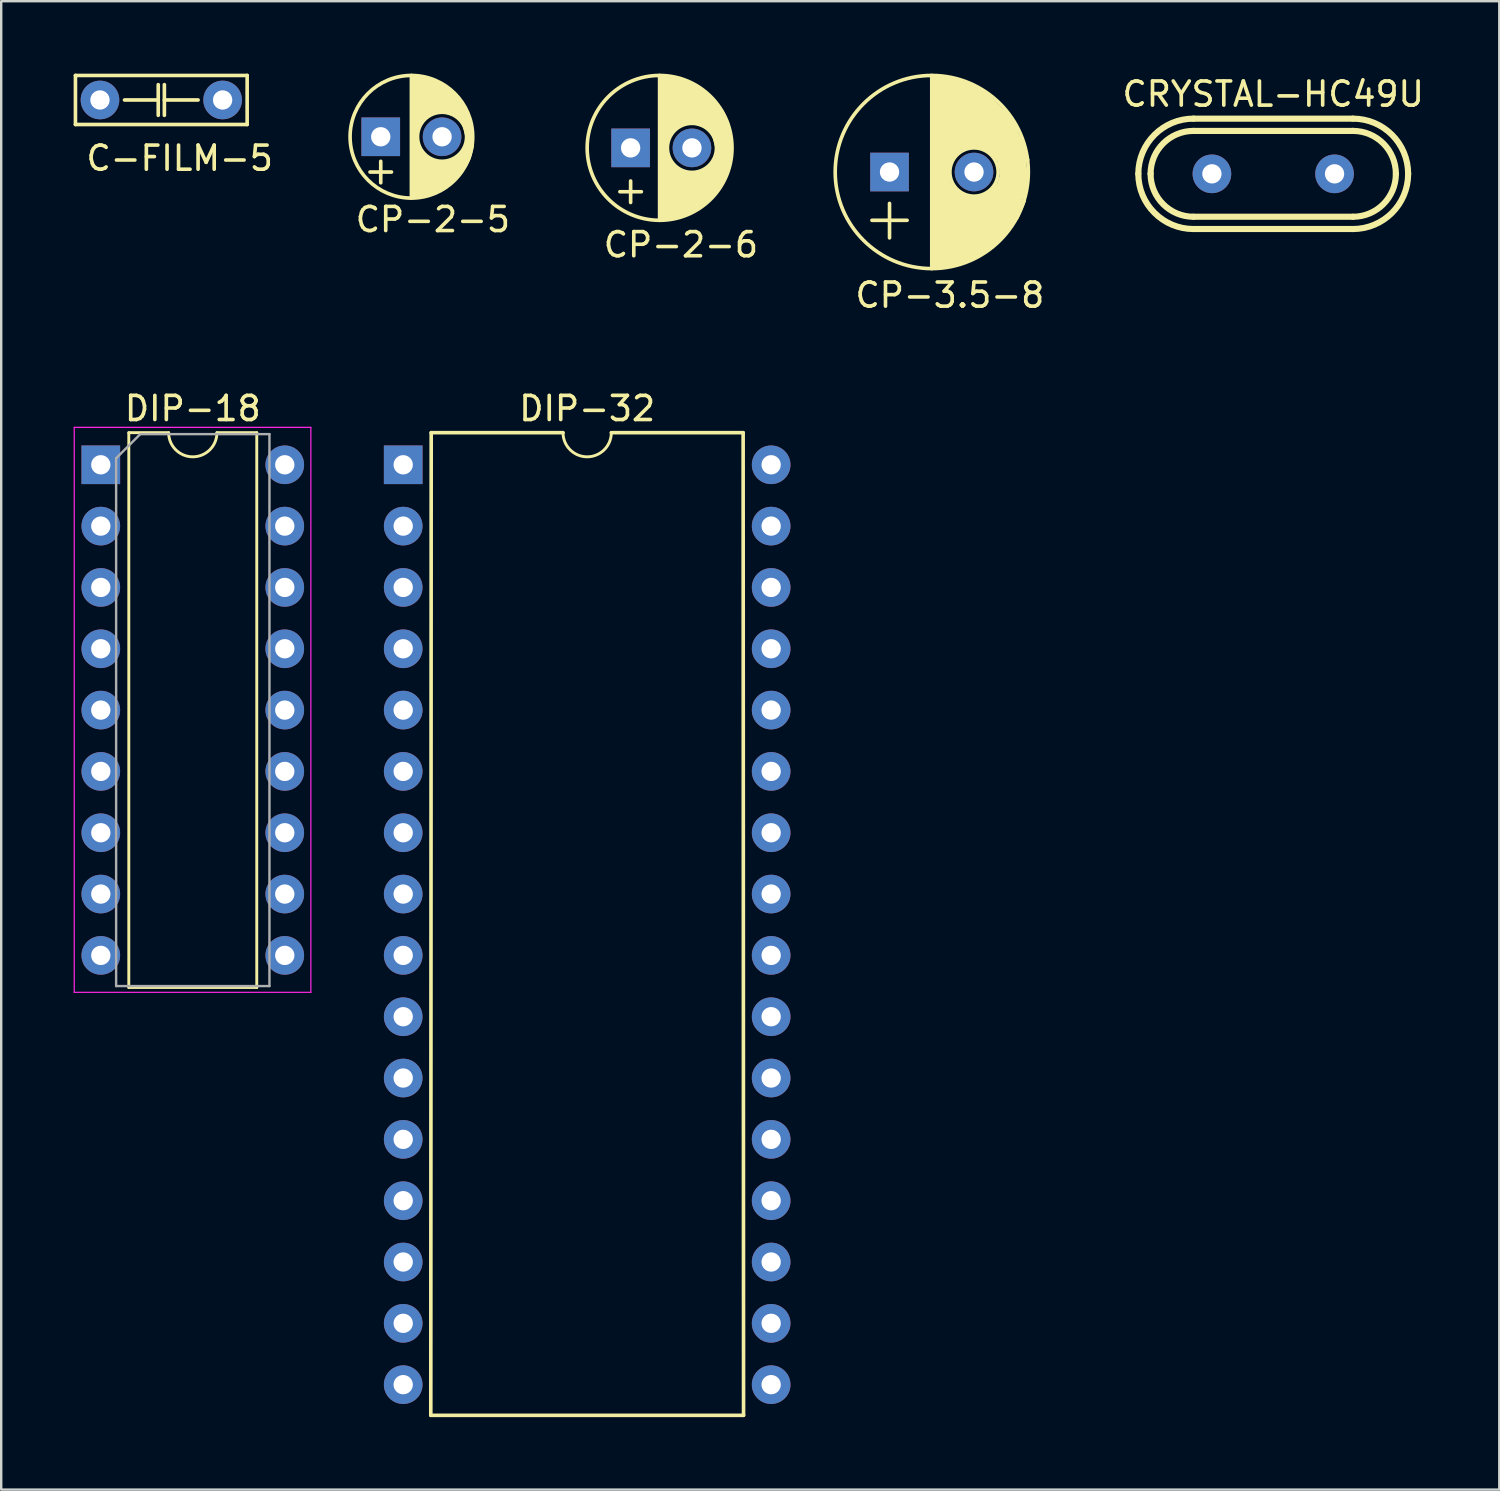
<source format=kicad_pcb>
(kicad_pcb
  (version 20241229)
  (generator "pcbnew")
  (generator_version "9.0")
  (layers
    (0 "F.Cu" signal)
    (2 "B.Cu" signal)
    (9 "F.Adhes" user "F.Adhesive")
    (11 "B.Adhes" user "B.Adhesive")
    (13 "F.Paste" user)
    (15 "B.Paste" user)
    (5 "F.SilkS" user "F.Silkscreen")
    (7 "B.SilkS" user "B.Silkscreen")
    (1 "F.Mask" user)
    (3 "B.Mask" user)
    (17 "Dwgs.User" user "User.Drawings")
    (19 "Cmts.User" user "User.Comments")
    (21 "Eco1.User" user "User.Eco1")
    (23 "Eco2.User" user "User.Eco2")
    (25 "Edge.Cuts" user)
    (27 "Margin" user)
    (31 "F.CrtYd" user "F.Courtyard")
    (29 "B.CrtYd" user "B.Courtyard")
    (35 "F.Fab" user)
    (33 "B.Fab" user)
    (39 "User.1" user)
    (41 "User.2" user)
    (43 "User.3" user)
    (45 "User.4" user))
  (footprint "DIP-32"
    (layer "F.Cu")
    (at 13.65 16.201)
    (property "Reference" "DIP-32" (at 7.62 -2.33 0) (layer "F.SilkS") (effects (font (size 1 1) (thickness 0.15))))
    (attr through_hole)
    (fp_line (start 1.16 -1.33) (end 1.143 39.37) (stroke (width 0.15) (type solid)) (layer "F.SilkS"))
    (fp_line (start 1.16 -1.33) (end 6.62 -1.33) (stroke (width 0.15) (type solid)) (layer "F.SilkS"))
    (fp_line (start 14.08 -1.33) (end 8.62 -1.33) (stroke (width 0.15) (type solid)) (layer "F.SilkS"))
    (fp_line (start 14.097 39.37) (end 1.143 39.37) (stroke (width 0.15) (type solid)) (layer "F.SilkS"))
    (fp_line (start 14.097 39.37) (end 14.08 -1.33) (stroke (width 0.15) (type solid)) (layer "F.SilkS"))
    (fp_arc (start 8.62 -1.33) (mid 7.62 -0.33) (end 6.62 -1.33) (stroke (width 0.12) (type solid)) (layer "F.SilkS"))
    (pad "1" thru_hole rect (at 0 0) (size 1.6 1.6) (drill 0.8) (layers "*.Cu" "*.Mask"))
    (pad "2" thru_hole circle (at 0 2.54) (size 1.6 1.6) (drill 0.8) (layers "*.Cu" "*.Mask"))
    (pad "3" thru_hole circle (at 0 5.08) (size 1.6 1.6) (drill 0.8) (layers "*.Cu" "*.Mask"))
    (pad "4" thru_hole circle (at 0 7.62) (size 1.6 1.6) (drill 0.8) (layers "*.Cu" "*.Mask"))
    (pad "5" thru_hole circle (at 0 10.16) (size 1.6 1.6) (drill 0.8) (layers "*.Cu" "*.Mask"))
    (pad "6" thru_hole circle (at 0 12.7) (size 1.6 1.6) (drill 0.8) (layers "*.Cu" "*.Mask"))
    (pad "7" thru_hole circle (at 0 15.24) (size 1.6 1.6) (drill 0.8) (layers "*.Cu" "*.Mask"))
    (pad "8" thru_hole circle (at 0 17.78) (size 1.6 1.6) (drill 0.8) (layers "*.Cu" "*.Mask"))
    (pad "9" thru_hole circle (at 0 20.32) (size 1.6 1.6) (drill 0.8) (layers "*.Cu" "*.Mask"))
    (pad "10" thru_hole circle (at 0 22.86) (size 1.6 1.6) (drill 0.8) (layers "*.Cu" "*.Mask"))
    (pad "11" thru_hole circle (at 0 25.4) (size 1.6 1.6) (drill 0.8) (layers "*.Cu" "*.Mask"))
    (pad "12" thru_hole circle (at 0 27.94) (size 1.6 1.6) (drill 0.8) (layers "*.Cu" "*.Mask"))
    (pad "13" thru_hole circle (at 0 30.48) (size 1.6 1.6) (drill 0.8) (layers "*.Cu" "*.Mask"))
    (pad "14" thru_hole circle (at 0 33.02) (size 1.6 1.6) (drill 0.8) (layers "*.Cu" "*.Mask"))
    (pad "15" thru_hole circle (at 0 35.56) (size 1.6 1.6) (drill 0.8) (layers "*.Cu" "*.Mask"))
    (pad "16" thru_hole circle (at 0 38.1) (size 1.6 1.6) (drill 0.8) (layers "*.Cu" "*.Mask"))
    (pad "17" thru_hole circle (at 15.24 38.1) (size 1.6 1.6) (drill 0.8) (layers "*.Cu" "*.Mask"))
    (pad "18" thru_hole circle (at 15.24 35.56) (size 1.6 1.6) (drill 0.8) (layers "*.Cu" "*.Mask"))
    (pad "19" thru_hole circle (at 15.24 33.02) (size 1.6 1.6) (drill 0.8) (layers "*.Cu" "*.Mask"))
    (pad "20" thru_hole circle (at 15.24 30.48) (size 1.6 1.6) (drill 0.8) (layers "*.Cu" "*.Mask"))
    (pad "21" thru_hole circle (at 15.24 27.94) (size 1.6 1.6) (drill 0.8) (layers "*.Cu" "*.Mask"))
    (pad "22" thru_hole circle (at 15.24 25.4) (size 1.6 1.6) (drill 0.8) (layers "*.Cu" "*.Mask"))
    (pad "23" thru_hole circle (at 15.24 22.86) (size 1.6 1.6) (drill 0.8) (layers "*.Cu" "*.Mask"))
    (pad "24" thru_hole circle (at 15.24 20.32) (size 1.6 1.6) (drill 0.8) (layers "*.Cu" "*.Mask"))
    (pad "25" thru_hole circle (at 15.24 17.78) (size 1.6 1.6) (drill 0.8) (layers "*.Cu" "*.Mask"))
    (pad "26" thru_hole circle (at 15.24 15.24) (size 1.6 1.6) (drill 0.8) (layers "*.Cu" "*.Mask"))
    (pad "27" thru_hole circle (at 15.24 12.7) (size 1.6 1.6) (drill 0.8) (layers "*.Cu" "*.Mask"))
    (pad "28" thru_hole circle (at 15.24 10.16) (size 1.6 1.6) (drill 0.8) (layers "*.Cu" "*.Mask"))
    (pad "29" thru_hole circle (at 15.24 7.62) (size 1.6 1.6) (drill 0.8) (layers "*.Cu" "*.Mask"))
    (pad "30" thru_hole circle (at 15.24 5.08) (size 1.6 1.6) (drill 0.8) (layers "*.Cu" "*.Mask"))
    (pad "31" thru_hole circle (at 15.24 2.54) (size 1.6 1.6) (drill 0.8) (layers "*.Cu" "*.Mask"))
    (pad "32" thru_hole circle (at 15.24 0) (size 1.6 1.6) (drill 0.8) (layers "*.Cu" "*.Mask")))
  (footprint "CRYSTAL-HC49U"
    (layer "F.Cu")
    (at 49.686 4.15)
    (property "Reference" "CRYSTAL-HC49U" (at 0 -3.302 0) (layer "F.SilkS") (effects (font (size 1 1) (thickness 0.15))))
    (attr through_hole)
    (fp_line (start -3.302 -2.286) (end 3.302 -2.286) (stroke (width 0.254) (type solid)) (layer "F.SilkS"))
    (fp_line (start -3.302 1.778) (end 3.302 1.778) (stroke (width 0.254) (type solid)) (layer "F.SilkS"))
    (fp_line (start 3.302 -1.778) (end -3.302 -1.778) (stroke (width 0.254) (type solid)) (layer "F.SilkS"))
    (fp_line (start 3.302 2.286) (end -3.302 2.286) (stroke (width 0.254) (type solid)) (layer "F.SilkS"))
    (fp_arc (start -5.588 0) (mid -4.918446 -1.616446) (end -3.302 -2.286) (stroke (width 0.254) (type solid)) (layer "F.SilkS"))
    (fp_arc (start -5.08 0) (mid -4.559236 -1.257236) (end -3.302 -1.778) (stroke (width 0.254) (type solid)) (layer "F.SilkS"))
    (fp_arc (start -3.302 1.778) (mid -4.559236 1.257236) (end -5.08 0) (stroke (width 0.254) (type solid)) (layer "F.SilkS"))
    (fp_arc (start -3.302 2.286) (mid -4.918446 1.616446) (end -5.588 0) (stroke (width 0.254) (type solid)) (layer "F.SilkS"))
    (fp_arc (start 3.302 -2.286) (mid 4.918446 -1.616446) (end 5.588 0) (stroke (width 0.254) (type solid)) (layer "F.SilkS"))
    (fp_arc (start 3.302 -1.778) (mid 4.559236 -1.257236) (end 5.08 0) (stroke (width 0.254) (type solid)) (layer "F.SilkS"))
    (fp_arc (start 5.08 0) (mid 4.559236 1.257236) (end 3.302 1.778) (stroke (width 0.254) (type solid)) (layer "F.SilkS"))
    (fp_arc (start 5.588 0) (mid 4.918446 1.616446) (end 3.302 2.286) (stroke (width 0.254) (type solid)) (layer "F.SilkS"))
    (pad "1" thru_hole circle (at -2.54 0) (size 1.6 1.6) (drill 0.8) (layers "*.Cu" "*.Mask"))
    (pad "2" thru_hole circle (at 2.54 0) (size 1.6 1.6) (drill 0.8) (layers "*.Cu" "*.Mask")))
  (footprint "CP-2-6"
    (layer "F.Cu")
    (at 23.07 3.075)
    (property "Reference" "CP-2-6" (at 2.083 4.013 0) (layer "F.SilkS") (effects (font (size 1 1) (thickness 0.15))))
    (attr through_hole)
    (fp_line (start 0 1.372) (end 0 2.261) (stroke (width 0.15) (type solid)) (layer "F.SilkS"))
    (fp_line (start 0.445 1.816) (end -0.445 1.816) (stroke (width 0.15) (type solid)) (layer "F.SilkS"))
    (fp_line (start 1.2 -3) (end 1.2 3) (stroke (width 0.15) (type solid)) (layer "F.SilkS"))
    (fp_line (start 1.27 -2.54) (end 1.27 2.54) (stroke (width 0.15) (type solid)) (layer "F.SilkS"))
    (fp_circle (center 1.2 0) (end 4.2 0) (stroke (width 0.15) (type solid)) (fill no) (layer "F.SilkS"))
    (fp_circle (center 2.54 0) (end 2.54 -1.016) (stroke (width 0.15) (type solid)) (fill no) (layer "F.SilkS"))
    (fp_poly (pts (xy 3.302 -0.762) (xy 3.683 -0.762) (xy 3.81 0) (xy 3.556 0) (xy 3.429 -0.508)) (stroke (width 0.1) (type solid)) (fill yes) (layer "F.SilkS"))
    (fp_poly (pts (xy 1.232 -2.985) (xy 1.854 -2.921) (xy 2.781 -2.553) (xy 3.404 -2.032) (xy 3.81 -1.499) (xy 4.039 -1.016) (xy 3.645 -0.584) (xy 1.27 -2.413)) (stroke (width 0.1) (type solid)) (fill yes) (layer "F.SilkS"))
    (fp_poly (pts (xy 1.219 2.985) (xy 1.219 2.477) (xy 2.21 2.057) (xy 3.226 1.435) (xy 3.543 1.765) (xy 3.2 2.21) (xy 2.654 2.603) (xy 1.994 2.845) (xy 1.524 2.934)) (stroke (width 0.1) (type solid)) (fill yes) (layer "F.SilkS"))
    (fp_poly (pts (xy 3.975 -0.94) (xy 4.14 -0.229) (xy 4.115 0.546) (xy 3.924 1.206) (xy 3.518 1.88) (xy 3.137 1.587) (xy 3.645 0.673) (xy 3.721 -0.127) (xy 3.683 -0.711)) (stroke (width 0.1) (type solid)) (fill yes) (layer "F.SilkS"))
    (fp_poly (pts (xy 1.27 -2.54) (xy 1.27 0) (xy 1.397 0) (xy 1.524 -0.381) (xy 1.651 -0.635) (xy 1.778 -0.762) (xy 2.159 -1.016) (xy 2.413 -1.016) (xy 2.667 -1.016) (xy 3.048 -0.889) (xy 3.302 -0.762) (xy 3.683 -0.762) (xy 3.302 -1.397) (xy 2.921 -1.905) (xy 2.54 -2.159) (xy 2.159 -2.286) (xy 1.905 -2.413) (xy 1.524 -2.54)) (stroke (width 0.1) (type solid)) (fill yes) (layer "F.SilkS"))
    (fp_poly (pts (xy 1.27 2.54) (xy 1.905 2.413) (xy 2.54 2.159) (xy 2.921 1.905) (xy 3.302 1.524) (xy 3.556 1.143) (xy 3.683 0.889) (xy 3.81 0.381) (xy 3.81 0) (xy 3.556 0) (xy 3.556 0.381) (xy 3.429 0.635) (xy 3.175 0.889) (xy 2.794 1.016) (xy 2.286 1.016) (xy 2.032 0.889) (xy 1.778 0.762) (xy 1.524 0.381) (xy 1.524 0.127) (xy 1.524 -0.127) (xy 1.27 -0.127)) (stroke (width 0.1) (type solid)) (fill yes) (layer "F.SilkS"))
    (pad "1" thru_hole rect (at 0 0) (size 1.6 1.6) (drill 0.8) (layers "*.Cu" "*.Mask"))
    (pad "2" thru_hole circle (at 2.54 0) (size 1.6 1.6) (drill 0.8) (layers "*.Cu" "*.Mask")))
  (footprint "CP-2-5"
    (layer "F.Cu")
    (at 12.72 2.615)
    (property "Reference" "CP-2-5" (at 2.159 3.429 0) (layer "F.SilkS") (effects (font (size 1 1) (thickness 0.15))))
    (attr through_hole)
    (fp_line (start 0 1.016) (end 0 1.905) (stroke (width 0.15) (type solid)) (layer "F.SilkS"))
    (fp_line (start 0.445 1.46) (end -0.445 1.46) (stroke (width 0.15) (type solid)) (layer "F.SilkS"))
    (fp_line (start 1.27 -2.54) (end 1.27 2.54) (stroke (width 0.15) (type solid)) (layer "F.SilkS"))
    (fp_circle (center 1.27 0) (end 1.27 -2.54) (stroke (width 0.15) (type solid)) (fill no) (layer "F.SilkS"))
    (fp_circle (center 2.54 0) (end 2.54 -1.016) (stroke (width 0.15) (type solid)) (fill no) (layer "F.SilkS"))
    (fp_poly (pts (xy 3.302 -0.762) (xy 3.683 -0.762) (xy 3.81 0) (xy 3.556 0) (xy 3.429 -0.508)) (stroke (width 0.1) (type solid)) (fill yes) (layer "F.SilkS"))
    (fp_poly (pts (xy 1.27 -2.54) (xy 1.27 0) (xy 1.397 0) (xy 1.524 -0.381) (xy 1.651 -0.635) (xy 1.778 -0.762) (xy 2.159 -1.016) (xy 2.413 -1.016) (xy 2.667 -1.016) (xy 3.048 -0.889) (xy 3.302 -0.762) (xy 3.683 -0.762) (xy 3.302 -1.397) (xy 2.921 -1.905) (xy 2.54 -2.159) (xy 2.159 -2.286) (xy 1.905 -2.413) (xy 1.524 -2.54)) (stroke (width 0.1) (type solid)) (fill yes) (layer "F.SilkS"))
    (fp_poly (pts (xy 1.27 2.54) (xy 1.905 2.413) (xy 2.54 2.159) (xy 2.921 1.905) (xy 3.302 1.524) (xy 3.556 1.143) (xy 3.683 0.889) (xy 3.81 0.381) (xy 3.81 0) (xy 3.556 0) (xy 3.556 0.381) (xy 3.429 0.635) (xy 3.175 0.889) (xy 2.794 1.016) (xy 2.286 1.016) (xy 2.032 0.889) (xy 1.778 0.762) (xy 1.524 0.381) (xy 1.524 0.127) (xy 1.524 -0.127) (xy 1.27 -0.127)) (stroke (width 0.1) (type solid)) (fill yes) (layer "F.SilkS"))
    (pad "1" thru_hole rect (at 0 0) (size 1.6 1.6) (drill 0.8) (layers "*.Cu" "*.Mask"))
    (pad "2" thru_hole circle (at 2.54 0) (size 1.6 1.6) (drill 0.8) (layers "*.Cu" "*.Mask")))
  (footprint "DIP-18"
    (layer "F.Cu")
    (at 1.125 16.201)
    (property "Reference" "DIP-18" (at 3.81 -2.33 0) (layer "F.SilkS") (effects (font (size 1 1) (thickness 0.15))))
    (attr through_hole)
    (fp_line (start 1.16 -1.33) (end 1.16 21.65) (stroke (width 0.12) (type solid)) (layer "F.SilkS"))
    (fp_line (start 1.16 21.65) (end 6.46 21.65) (stroke (width 0.12) (type solid)) (layer "F.SilkS"))
    (fp_line (start 2.81 -1.33) (end 1.16 -1.33) (stroke (width 0.12) (type solid)) (layer "F.SilkS"))
    (fp_line (start 6.46 -1.33) (end 4.81 -1.33) (stroke (width 0.12) (type solid)) (layer "F.SilkS"))
    (fp_line (start 6.46 21.65) (end 6.46 -1.33) (stroke (width 0.12) (type solid)) (layer "F.SilkS"))
    (fp_arc (start 4.81 -1.33) (mid 3.81 -0.33) (end 2.81 -1.33) (stroke (width 0.12) (type solid)) (layer "F.SilkS"))
    (fp_line (start -1.1 -1.55) (end -1.1 21.85) (stroke (width 0.05) (type solid)) (layer "F.CrtYd"))
    (fp_line (start -1.1 21.85) (end 8.7 21.85) (stroke (width 0.05) (type solid)) (layer "F.CrtYd"))
    (fp_line (start 8.7 -1.55) (end -1.1 -1.55) (stroke (width 0.05) (type solid)) (layer "F.CrtYd"))
    (fp_line (start 8.7 21.85) (end 8.7 -1.55) (stroke (width 0.05) (type solid)) (layer "F.CrtYd"))
    (fp_line (start 0.635 -0.27) (end 1.635 -1.27) (stroke (width 0.1) (type solid)) (layer "F.Fab"))
    (fp_line (start 0.635 21.59) (end 0.635 -0.27) (stroke (width 0.1) (type solid)) (layer "F.Fab"))
    (fp_line (start 1.635 -1.27) (end 6.985 -1.27) (stroke (width 0.1) (type solid)) (layer "F.Fab"))
    (fp_line (start 6.985 -1.27) (end 6.985 21.59) (stroke (width 0.1) (type solid)) (layer "F.Fab"))
    (fp_line (start 6.985 21.59) (end 0.635 21.59) (stroke (width 0.1) (type solid)) (layer "F.Fab"))
    (pad "1" thru_hole rect (at 0 0) (size 1.6 1.6) (drill 0.8) (layers "*.Cu" "*.Mask"))
    (pad "2" thru_hole circle (at 0 2.54) (size 1.6 1.6) (drill 0.8) (layers "*.Cu" "*.Mask"))
    (pad "3" thru_hole circle (at 0 5.08) (size 1.6 1.6) (drill 0.8) (layers "*.Cu" "*.Mask"))
    (pad "4" thru_hole circle (at 0 7.62) (size 1.6 1.6) (drill 0.8) (layers "*.Cu" "*.Mask"))
    (pad "5" thru_hole circle (at 0 10.16) (size 1.6 1.6) (drill 0.8) (layers "*.Cu" "*.Mask"))
    (pad "6" thru_hole circle (at 0 12.7) (size 1.6 1.6) (drill 0.8) (layers "*.Cu" "*.Mask"))
    (pad "7" thru_hole circle (at 0 15.24) (size 1.6 1.6) (drill 0.8) (layers "*.Cu" "*.Mask"))
    (pad "8" thru_hole circle (at 0 17.78) (size 1.6 1.6) (drill 0.8) (layers "*.Cu" "*.Mask"))
    (pad "9" thru_hole circle (at 0 20.32) (size 1.6 1.6) (drill 0.8) (layers "*.Cu" "*.Mask"))
    (pad "10" thru_hole circle (at 7.62 20.32) (size 1.6 1.6) (drill 0.8) (layers "*.Cu" "*.Mask"))
    (pad "11" thru_hole circle (at 7.62 17.78) (size 1.6 1.6) (drill 0.8) (layers "*.Cu" "*.Mask"))
    (pad "12" thru_hole circle (at 7.62 15.24) (size 1.6 1.6) (drill 0.8) (layers "*.Cu" "*.Mask"))
    (pad "13" thru_hole circle (at 7.62 12.7) (size 1.6 1.6) (drill 0.8) (layers "*.Cu" "*.Mask"))
    (pad "14" thru_hole circle (at 7.62 10.16) (size 1.6 1.6) (drill 0.8) (layers "*.Cu" "*.Mask"))
    (pad "15" thru_hole circle (at 7.62 7.62) (size 1.6 1.6) (drill 0.8) (layers "*.Cu" "*.Mask"))
    (pad "16" thru_hole circle (at 7.62 5.08) (size 1.6 1.6) (drill 0.8) (layers "*.Cu" "*.Mask"))
    (pad "17" thru_hole circle (at 7.62 2.54) (size 1.6 1.6) (drill 0.8) (layers "*.Cu" "*.Mask"))
    (pad "18" thru_hole circle (at 7.62 0) (size 1.6 1.6) (drill 0.8) (layers "*.Cu" "*.Mask")))
  (footprint "CP-3.5-8"
    (layer "F.Cu")
    (at 33.793 4.075)
    (property "Reference" "CP-3.5-8" (at 2.5 5.1 0) (layer "F.SilkS") (effects (font (size 1 1) (thickness 0.15))))
    (attr through_hole)
    (fp_line (start 0 1.3) (end 0 2.728) (stroke (width 0.15) (type solid)) (layer "F.SilkS"))
    (fp_line (start 0.728 2) (end -0.728 2) (stroke (width 0.15) (type solid)) (layer "F.SilkS"))
    (fp_line (start 1.75 4) (end 1.75 -4) (stroke (width 0.15) (type solid)) (layer "F.SilkS"))
    (fp_line (start 3.1 -1) (end 3.6 -1.2) (stroke (width 0.15) (type solid)) (layer "F.SilkS"))
    (fp_line (start 3.4 -1.1) (end 3.1 -1) (stroke (width 0.15) (type solid)) (layer "F.SilkS"))
    (fp_line (start 4 -1) (end 3.4 -1.1) (stroke (width 0.15) (type solid)) (layer "F.SilkS"))
    (fp_line (start 4.9 -2.4) (end 5.3 -1.7) (stroke (width 0.15) (type solid)) (layer "F.SilkS"))
    (fp_circle (center 1.75 0) (end 5.75 0) (stroke (width 0.15) (type solid)) (fill no) (layer "F.SilkS"))
    (fp_circle (center 3.5 0) (end 3.5 -1) (stroke (width 0.15) (type solid)) (fill no) (layer "F.SilkS"))
    (fp_poly (pts (xy 5.5 1.1) (xy 5.7 0.3) (xy 5.6 -0.5) (xy 4.5 -0.5) (xy 4.6 -0.1) (xy 4.6 0.2) (xy 4.5 0.5) (xy 4.1 0.9)) (stroke (width 0.1) (type solid)) (fill yes) (layer "F.SilkS"))
    (fp_poly (pts (xy 1.75 -4) (xy 1.75 0) (xy 2.5 0) (xy 2.5 -0.5) (xy 3 -1) (xy 3.5 -1.25) (xy 4.25 -0.75) (xy 4.5 -0.5) (xy 5.75 -0.5) (xy 5.5 -1.25) (xy 4.75 -2.5) (xy 4 -3.25) (xy 3 -3.75)) (stroke (width 0.1) (type solid)) (fill yes) (layer "F.SilkS"))
    (fp_poly (pts (xy 1.8 0) (xy 1.8 4) (xy 2.8 3.8) (xy 3.7 3.5) (xy 4.4 2.9) (xy 4.9 2.4) (xy 5.3 1.9) (xy 5.6 1.2) (xy 4.1 0.9) (xy 3.5 1.1) (xy 2.9 0.9) (xy 2.5 0.5) (xy 2.4 0)) (stroke (width 0.1) (type solid)) (fill yes) (layer "F.SilkS"))
    (pad "1" thru_hole rect (at 0 0) (size 1.6 1.6) (drill 0.8) (layers "*.Cu" "*.Mask"))
    (pad "2" thru_hole circle (at 3.5 0) (size 1.6 1.6) (drill 0.8) (layers "*.Cu" "*.Mask")))
  (footprint "C-FILM-5"
    (layer "F.Cu")
    (at 1.091 1.091)
    (property "Reference" "C-FILM-5" (at 3.302 2.413 0) (layer "F.SilkS") (effects (font (size 1 1) (thickness 0.15))))
    (attr through_hole)
    (fp_line (start -1.016 -1.016) (end 6.096 -1.016) (stroke (width 0.15) (type solid)) (layer "F.SilkS"))
    (fp_line (start -1.016 1.016) (end -1.016 -1.016) (stroke (width 0.15) (type solid)) (layer "F.SilkS"))
    (fp_line (start 2.413 -0.635) (end 2.413 0.635) (stroke (width 0.15) (type solid)) (layer "F.SilkS"))
    (fp_line (start 2.413 0) (end 1.016 0) (stroke (width 0.15) (type solid)) (layer "F.SilkS"))
    (fp_line (start 2.667 -0.635) (end 2.667 0.635) (stroke (width 0.15) (type solid)) (layer "F.SilkS"))
    (fp_line (start 2.667 0) (end 4.064 0) (stroke (width 0.15) (type solid)) (layer "F.SilkS"))
    (fp_line (start 6.096 -1.016) (end 6.096 1.016) (stroke (width 0.15) (type solid)) (layer "F.SilkS"))
    (fp_line (start 6.096 1.016) (end -1.016 1.016) (stroke (width 0.15) (type solid)) (layer "F.SilkS"))
    (pad "1" thru_hole circle (at 0 0) (size 1.6 1.6) (drill 0.8) (layers "*.Cu" "*.Mask"))
    (pad "2" thru_hole circle (at 5.08 0) (size 1.6 1.6) (drill 0.8) (layers "*.Cu" "*.Mask")))
  (gr_rect
    (start -3 -3)
    (end 59.049 58.647)
    (stroke (width 0.1) (type default))
    (fill no)
    (layer "Edge.Cuts")))
</source>
